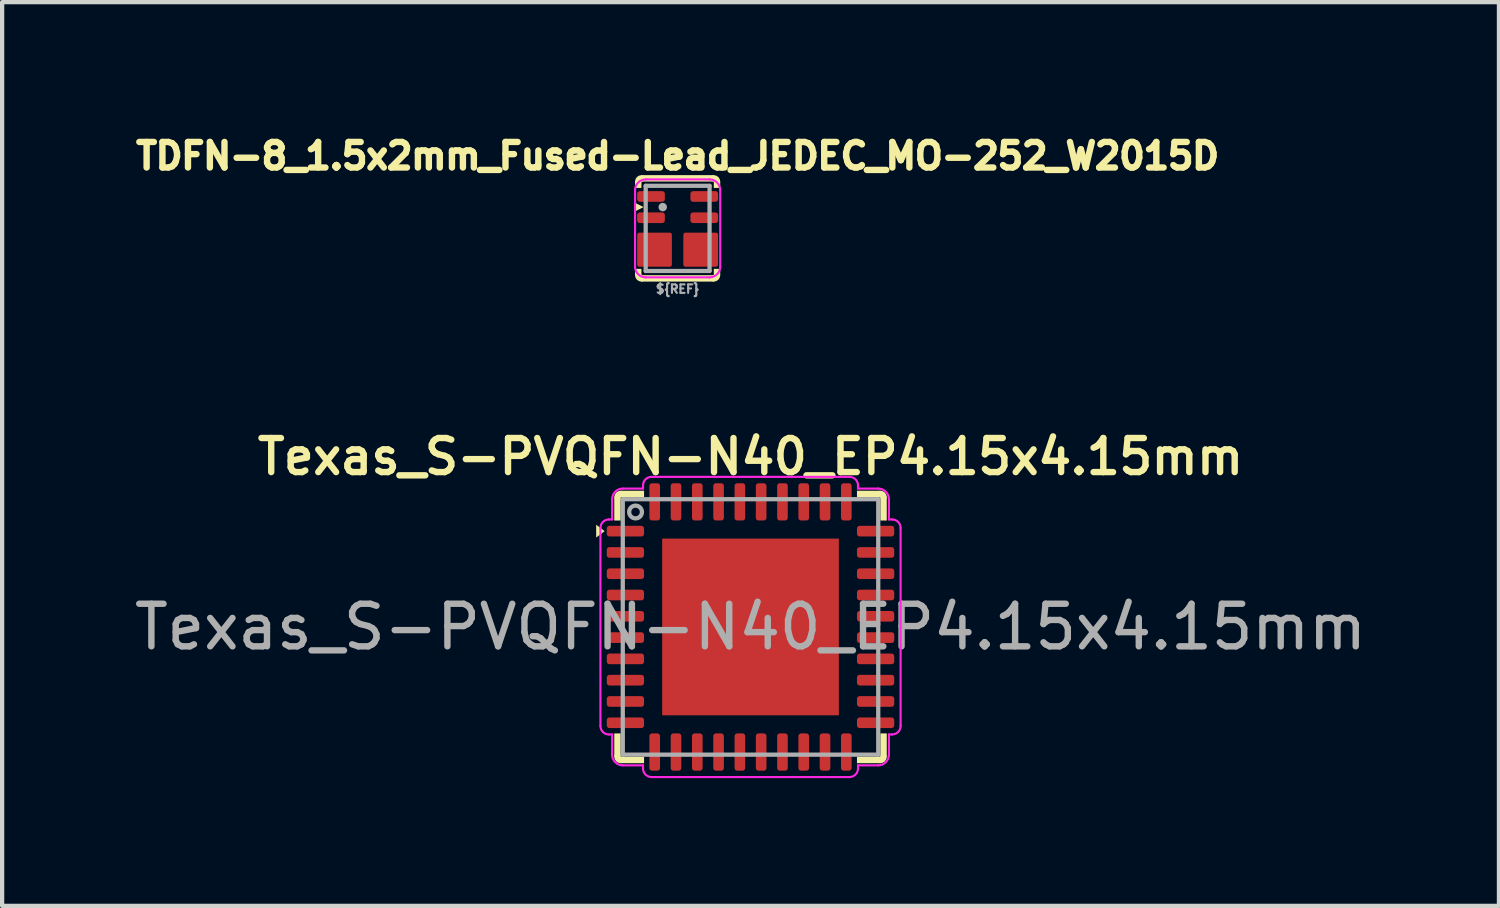
<source format=kicad_pcb>
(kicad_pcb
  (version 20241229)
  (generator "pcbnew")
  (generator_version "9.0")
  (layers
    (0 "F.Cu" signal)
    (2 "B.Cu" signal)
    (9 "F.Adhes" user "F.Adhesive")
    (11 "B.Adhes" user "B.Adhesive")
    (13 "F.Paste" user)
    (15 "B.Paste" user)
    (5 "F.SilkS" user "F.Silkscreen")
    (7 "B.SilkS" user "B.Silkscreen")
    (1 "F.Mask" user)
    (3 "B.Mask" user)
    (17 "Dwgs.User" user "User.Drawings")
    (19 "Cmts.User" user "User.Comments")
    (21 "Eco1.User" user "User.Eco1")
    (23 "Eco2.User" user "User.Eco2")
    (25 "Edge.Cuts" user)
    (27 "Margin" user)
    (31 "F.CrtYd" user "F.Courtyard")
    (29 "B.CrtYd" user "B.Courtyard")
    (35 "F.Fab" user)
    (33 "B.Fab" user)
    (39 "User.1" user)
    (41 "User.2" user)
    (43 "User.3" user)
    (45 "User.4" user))
  (footprint "Texas_S-PVQFN-N40_EP4.15x4.15mm"
    (layer "F.Cu")
    (at 14.577 11.675)
    (property "Reference" "Texas_S-PVQFN-N40_EP4.15x4.15mm" (at 0 -4 180) (layer "F.SilkS") (effects (font (size 0.8 0.8) (thickness 0.15))))
    (attr smd)
    (fp_arc (start -3.125001 -3.050001) (mid -3.103033 -3.103034) (end -3.05 -3.125) (stroke (width 0.15) (type solid)) (layer "F.SilkS"))
    (fp_arc (start -3.050001 3.125001) (mid -3.103034 3.103033) (end -3.125 3.05) (stroke (width 0.15) (type solid)) (layer "F.SilkS"))
    (fp_arc (start 3.050001 -3.125001) (mid 3.103034 -3.103033) (end 3.125 -3.05) (stroke (width 0.15) (type solid)) (layer "F.SilkS"))
    (fp_arc (start 3.125001 3.050001) (mid 3.103033 3.103034) (end 3.05 3.125) (stroke (width 0.15) (type solid)) (layer "F.SilkS"))
    (fp_poly (pts (xy -3.425 -2.25) (xy -3.625 -2.1) (xy -3.625 -2.4)) (stroke (width 0) (type solid)) (fill yes) (layer "F.SilkS"))
    (fp_poly (pts (xy -3.2 3.05) (xy -3.2 2.5) (xy -3.05 2.5) (xy -3.05 3.05) (xy -2.5 3.05) (xy -2.5 3.2) (xy -3.05 3.2)) (stroke (width 0) (type solid)) (fill yes) (layer "F.SilkS"))
    (fp_poly (pts (xy -3.05 -3.2) (xy -2.5 -3.2) (xy -2.5 -3.05) (xy -3.05 -3.05) (xy -3.05 -2.5) (xy -3.2 -2.5) (xy -3.2 -3.05)) (stroke (width 0) (type solid)) (fill yes) (layer "F.SilkS"))
    (fp_poly (pts (xy 3.05 3.2) (xy 2.5 3.2) (xy 2.5 3.05) (xy 3.05 3.05) (xy 3.05 2.5) (xy 3.2 2.5) (xy 3.2 3.05)) (stroke (width 0) (type solid)) (fill yes) (layer "F.SilkS"))
    (fp_poly (pts (xy 3.2 -3.05) (xy 3.2 -2.5) (xy 3.05 -2.5) (xy 3.05 -3.05) (xy 2.5 -3.05) (xy 2.5 -3.2) (xy 3.05 -3.2)) (stroke (width 0) (type solid)) (fill yes) (layer "F.SilkS"))
    (fp_line (start -3.525 -2.325) (end -3.525 2.325) (stroke (width 0.05) (type solid)) (layer "F.CrtYd"))
    (fp_line (start -3.325 -2.525) (end -3.25 -2.525) (stroke (width 0.05) (type solid)) (layer "F.CrtYd"))
    (fp_line (start -3.325 2.525) (end -3.25 2.525) (stroke (width 0.05) (type solid)) (layer "F.CrtYd"))
    (fp_line (start -3.25 -2.525) (end -3.25 -3) (stroke (width 0.05) (type solid)) (layer "F.CrtYd"))
    (fp_line (start -3.25 2.525) (end -3.25 3) (stroke (width 0.05) (type solid)) (layer "F.CrtYd"))
    (fp_line (start -2.525 -3.325) (end -2.525 -3.25) (stroke (width 0.05) (type solid)) (layer "F.CrtYd"))
    (fp_line (start -2.525 -3.25) (end -3 -3.25) (stroke (width 0.05) (type solid)) (layer "F.CrtYd"))
    (fp_line (start -2.525 3.25) (end -3 3.25) (stroke (width 0.05) (type solid)) (layer "F.CrtYd"))
    (fp_line (start -2.525 3.325) (end -2.525 3.25) (stroke (width 0.05) (type solid)) (layer "F.CrtYd"))
    (fp_line (start -2.325 3.525) (end 2.325 3.525) (stroke (width 0.05) (type solid)) (layer "F.CrtYd"))
    (fp_line (start 2.325 -3.525) (end -2.325 -3.525) (stroke (width 0.05) (type solid)) (layer "F.CrtYd"))
    (fp_line (start 2.525 -3.325) (end 2.525 -3.25) (stroke (width 0.05) (type solid)) (layer "F.CrtYd"))
    (fp_line (start 2.525 -3.25) (end 3 -3.25) (stroke (width 0.05) (type solid)) (layer "F.CrtYd"))
    (fp_line (start 2.525 3.25) (end 3 3.25) (stroke (width 0.05) (type solid)) (layer "F.CrtYd"))
    (fp_line (start 2.525 3.325) (end 2.525 3.25) (stroke (width 0.05) (type solid)) (layer "F.CrtYd"))
    (fp_line (start 3.25 -2.525) (end 3.25 -3) (stroke (width 0.05) (type solid)) (layer "F.CrtYd"))
    (fp_line (start 3.25 2.525) (end 3.25 3) (stroke (width 0.05) (type solid)) (layer "F.CrtYd"))
    (fp_line (start 3.325 -2.525) (end 3.25 -2.525) (stroke (width 0.05) (type solid)) (layer "F.CrtYd"))
    (fp_line (start 3.325 2.525) (end 3.25 2.525) (stroke (width 0.05) (type solid)) (layer "F.CrtYd"))
    (fp_line (start 3.525 2.325) (end 3.525 -2.325) (stroke (width 0.05) (type solid)) (layer "F.CrtYd"))
    (fp_arc (start -3.525 -2.325) (mid -3.466421 -2.466421) (end -3.325 -2.525) (stroke (width 0.05) (type solid)) (layer "F.CrtYd"))
    (fp_arc (start -3.325 2.525) (mid -3.466421 2.466421) (end -3.525 2.325) (stroke (width 0.05) (type solid)) (layer "F.CrtYd"))
    (fp_arc (start -3.25 -3) (mid -3.176777 -3.176777) (end -3 -3.25) (stroke (width 0.05) (type solid)) (layer "F.CrtYd"))
    (fp_arc (start -3 3.25) (mid -3.176777 3.176777) (end -3.25 3) (stroke (width 0.05) (type solid)) (layer "F.CrtYd"))
    (fp_arc (start -2.525 -3.325) (mid -2.466421 -3.466421) (end -2.325 -3.525) (stroke (width 0.05) (type solid)) (layer "F.CrtYd"))
    (fp_arc (start -2.325 3.525) (mid -2.466421 3.466421) (end -2.525 3.325) (stroke (width 0.05) (type solid)) (layer "F.CrtYd"))
    (fp_arc (start 2.325 -3.525) (mid 2.466421 -3.466421) (end 2.525 -3.325) (stroke (width 0.05) (type solid)) (layer "F.CrtYd"))
    (fp_arc (start 2.525 3.325) (mid 2.466421 3.466421) (end 2.325 3.525) (stroke (width 0.05) (type solid)) (layer "F.CrtYd"))
    (fp_arc (start 3 -3.25) (mid 3.176777 -3.176777) (end 3.25 -3) (stroke (width 0.05) (type solid)) (layer "F.CrtYd"))
    (fp_arc (start 3.25 3) (mid 3.176777 3.176777) (end 3 3.25) (stroke (width 0.05) (type solid)) (layer "F.CrtYd"))
    (fp_arc (start 3.325 -2.525) (mid 3.466421 -2.466421) (end 3.525 -2.325) (stroke (width 0.05) (type solid)) (layer "F.CrtYd"))
    (fp_arc (start 3.525 2.325) (mid 3.466421 2.466421) (end 3.325 2.525) (stroke (width 0.05) (type solid)) (layer "F.CrtYd"))
    (fp_line (start -3 -3) (end 3 -3) (stroke (width 0.1) (type solid)) (layer "F.Fab"))
    (fp_line (start -3 3) (end -3 -3) (stroke (width 0.1) (type solid)) (layer "F.Fab"))
    (fp_line (start 3 -3) (end 3 3) (stroke (width 0.1) (type solid)) (layer "F.Fab"))
    (fp_line (start 3 3) (end -3 3) (stroke (width 0.1) (type solid)) (layer "F.Fab"))
    (fp_circle (center -2.7 -2.7) (end -2.55 -2.7) (stroke (width 0.1) (type solid)) (fill no) (layer "F.Fab"))
    (fp_text user "${REFERENCE}" (at 0 0 180) (layer "F.Fab") (effects (font (size 1 1) (thickness 0.15))))
    (pad "" smd roundrect (at -1.38 -1.38) (size 1.12 1.12) (layers "F.Paste") (roundrect_rratio 0.223))
    (pad "" smd roundrect (at -1.38 0) (size 1.12 1.12) (layers "F.Paste") (roundrect_rratio 0.223))
    (pad "" smd roundrect (at -1.38 1.38) (size 1.12 1.12) (layers "F.Paste") (roundrect_rratio 0.223))
    (pad "" smd roundrect (at 0 -1.38) (size 1.12 1.12) (layers "F.Paste") (roundrect_rratio 0.223))
    (pad "" smd roundrect (at 0 0) (size 1.12 1.12) (layers "F.Paste") (roundrect_rratio 0.223))
    (pad "" smd roundrect (at 0 1.38) (size 1.12 1.12) (layers "F.Paste") (roundrect_rratio 0.223))
    (pad "" smd roundrect (at 1.38 -1.38) (size 1.12 1.12) (layers "F.Paste") (roundrect_rratio 0.223))
    (pad "" smd roundrect (at 1.38 0) (size 1.12 1.12) (layers "F.Paste") (roundrect_rratio 0.223))
    (pad "" smd roundrect (at 1.38 1.38) (size 1.12 1.12) (layers "F.Paste") (roundrect_rratio 0.223))
    (pad "1" smd roundrect (at -2.938 -2.25) (size 0.875 0.25) (layers "F.Cu" "F.Mask" "F.Paste") (roundrect_rratio 0.25))
    (pad "2" smd roundrect (at -2.938 -1.75) (size 0.875 0.25) (layers "F.Cu" "F.Mask" "F.Paste") (roundrect_rratio 0.25))
    (pad "3" smd roundrect (at -2.938 -1.25) (size 0.875 0.25) (layers "F.Cu" "F.Mask" "F.Paste") (roundrect_rratio 0.25))
    (pad "4" smd roundrect (at -2.938 -0.75) (size 0.875 0.25) (layers "F.Cu" "F.Mask" "F.Paste") (roundrect_rratio 0.25))
    (pad "5" smd roundrect (at -2.938 -0.25) (size 0.875 0.25) (layers "F.Cu" "F.Mask" "F.Paste") (roundrect_rratio 0.25))
    (pad "6" smd roundrect (at -2.938 0.25) (size 0.875 0.25) (layers "F.Cu" "F.Mask" "F.Paste") (roundrect_rratio 0.25))
    (pad "7" smd roundrect (at -2.938 0.75) (size 0.875 0.25) (layers "F.Cu" "F.Mask" "F.Paste") (roundrect_rratio 0.25))
    (pad "8" smd roundrect (at -2.938 1.25) (size 0.875 0.25) (layers "F.Cu" "F.Mask" "F.Paste") (roundrect_rratio 0.25))
    (pad "9" smd roundrect (at -2.938 1.75) (size 0.875 0.25) (layers "F.Cu" "F.Mask" "F.Paste") (roundrect_rratio 0.25))
    (pad "10" smd roundrect (at -2.938 2.25) (size 0.875 0.25) (layers "F.Cu" "F.Mask" "F.Paste") (roundrect_rratio 0.25))
    (pad "11" smd roundrect (at -2.25 2.938) (size 0.25 0.875) (layers "F.Cu" "F.Mask" "F.Paste") (roundrect_rratio 0.25))
    (pad "12" smd roundrect (at -1.75 2.938) (size 0.25 0.875) (layers "F.Cu" "F.Mask" "F.Paste") (roundrect_rratio 0.25))
    (pad "13" smd roundrect (at -1.25 2.938) (size 0.25 0.875) (layers "F.Cu" "F.Mask" "F.Paste") (roundrect_rratio 0.25))
    (pad "14" smd roundrect (at -0.75 2.938) (size 0.25 0.875) (layers "F.Cu" "F.Mask" "F.Paste") (roundrect_rratio 0.25))
    (pad "15" smd roundrect (at -0.25 2.938) (size 0.25 0.875) (layers "F.Cu" "F.Mask" "F.Paste") (roundrect_rratio 0.25))
    (pad "16" smd roundrect (at 0.25 2.938) (size 0.25 0.875) (layers "F.Cu" "F.Mask" "F.Paste") (roundrect_rratio 0.25))
    (pad "17" smd roundrect (at 0.75 2.938) (size 0.25 0.875) (layers "F.Cu" "F.Mask" "F.Paste") (roundrect_rratio 0.25))
    (pad "18" smd roundrect (at 1.25 2.938) (size 0.25 0.875) (layers "F.Cu" "F.Mask" "F.Paste") (roundrect_rratio 0.25))
    (pad "19" smd roundrect (at 1.75 2.938) (size 0.25 0.875) (layers "F.Cu" "F.Mask" "F.Paste") (roundrect_rratio 0.25))
    (pad "20" smd roundrect (at 2.25 2.938) (size 0.25 0.875) (layers "F.Cu" "F.Mask" "F.Paste") (roundrect_rratio 0.25))
    (pad "21" smd roundrect (at 2.938 2.25) (size 0.875 0.25) (layers "F.Cu" "F.Mask" "F.Paste") (roundrect_rratio 0.25))
    (pad "22" smd roundrect (at 2.938 1.75) (size 0.875 0.25) (layers "F.Cu" "F.Mask" "F.Paste") (roundrect_rratio 0.25))
    (pad "23" smd roundrect (at 2.938 1.25) (size 0.875 0.25) (layers "F.Cu" "F.Mask" "F.Paste") (roundrect_rratio 0.25))
    (pad "24" smd roundrect (at 2.938 0.75) (size 0.875 0.25) (layers "F.Cu" "F.Mask" "F.Paste") (roundrect_rratio 0.25))
    (pad "25" smd roundrect (at 2.938 0.25) (size 0.875 0.25) (layers "F.Cu" "F.Mask" "F.Paste") (roundrect_rratio 0.25))
    (pad "26" smd roundrect (at 2.938 -0.25) (size 0.875 0.25) (layers "F.Cu" "F.Mask" "F.Paste") (roundrect_rratio 0.25))
    (pad "27" smd roundrect (at 2.938 -0.75) (size 0.875 0.25) (layers "F.Cu" "F.Mask" "F.Paste") (roundrect_rratio 0.25))
    (pad "28" smd roundrect (at 2.938 -1.25) (size 0.875 0.25) (layers "F.Cu" "F.Mask" "F.Paste") (roundrect_rratio 0.25))
    (pad "29" smd roundrect (at 2.938 -1.75) (size 0.875 0.25) (layers "F.Cu" "F.Mask" "F.Paste") (roundrect_rratio 0.25))
    (pad "30" smd roundrect (at 2.938 -2.25) (size 0.875 0.25) (layers "F.Cu" "F.Mask" "F.Paste") (roundrect_rratio 0.25))
    (pad "31" smd roundrect (at 2.25 -2.938) (size 0.25 0.875) (layers "F.Cu" "F.Mask" "F.Paste") (roundrect_rratio 0.25))
    (pad "32" smd roundrect (at 1.75 -2.938) (size 0.25 0.875) (layers "F.Cu" "F.Mask" "F.Paste") (roundrect_rratio 0.25))
    (pad "33" smd roundrect (at 1.25 -2.938) (size 0.25 0.875) (layers "F.Cu" "F.Mask" "F.Paste") (roundrect_rratio 0.25))
    (pad "34" smd roundrect (at 0.75 -2.938) (size 0.25 0.875) (layers "F.Cu" "F.Mask" "F.Paste") (roundrect_rratio 0.25))
    (pad "35" smd roundrect (at 0.25 -2.938) (size 0.25 0.875) (layers "F.Cu" "F.Mask" "F.Paste") (roundrect_rratio 0.25))
    (pad "36" smd roundrect (at -0.25 -2.938) (size 0.25 0.875) (layers "F.Cu" "F.Mask" "F.Paste") (roundrect_rratio 0.25))
    (pad "37" smd roundrect (at -0.75 -2.938) (size 0.25 0.875) (layers "F.Cu" "F.Mask" "F.Paste") (roundrect_rratio 0.25))
    (pad "38" smd roundrect (at -1.25 -2.938) (size 0.25 0.875) (layers "F.Cu" "F.Mask" "F.Paste") (roundrect_rratio 0.25))
    (pad "39" smd roundrect (at -1.75 -2.938) (size 0.25 0.875) (layers "F.Cu" "F.Mask" "F.Paste") (roundrect_rratio 0.25))
    (pad "40" smd roundrect (at -2.25 -2.938) (size 0.25 0.875) (layers "F.Cu" "F.Mask" "F.Paste") (roundrect_rratio 0.25))
    (pad "41" smd rect (at 0 0) (size 4.15 4.15) (layers "F.Cu" "F.Mask")))
  (footprint "TDFN-8_1.5x2mm_Fused-Lead_JEDEC_MO-252_W2015D"
    (layer "F.Cu")
    (at 12.865 2.314)
    (property "Reference" "TDFN-8_1.5x2mm_Fused-Lead_JEDEC_MO-252_W2015D" (at 0 -1.7 0) (unlocked yes) (layer "F.SilkS") (effects (font (size 0.6 0.6) (thickness 0.15))))
    (attr through_hole)
    (fp_arc (start -0.925 -1.1) (mid -0.903033 -1.153033) (end -0.85 -1.175) (stroke (width 0.15) (type solid)) (layer "F.SilkS"))
    (fp_arc (start -0.85 1.175) (mid -0.903033 1.153033) (end -0.925 1.1) (stroke (width 0.15) (type solid)) (layer "F.SilkS"))
    (fp_arc (start 0.85 -1.175) (mid 0.903033 -1.153033) (end 0.925 -1.1) (stroke (width 0.15) (type solid)) (layer "F.SilkS"))
    (fp_arc (start 0.925 1.1) (mid 0.903033 1.153033) (end 0.85 1.175) (stroke (width 0.15) (type solid)) (layer "F.SilkS"))
    (fp_poly (pts (xy -0.8 -0.5) (xy -1 -0.4) (xy -1 -0.6)) (stroke (width 0) (type solid)) (fill yes) (layer "F.SilkS"))
    (fp_poly (pts (xy -1 0.95) (xy -0.85 0.95) (xy -0.85 1.1) (xy 0.85 1.1) (xy 0.85 0.95) (xy 1 0.95) (xy 1 1.1) (xy 0.85 1.25) (xy -0.85 1.25) (xy -1 1.1)) (stroke (width 0) (type solid)) (fill yes) (layer "F.SilkS"))
    (fp_poly (pts (xy 1 -0.95) (xy 0.85 -0.95) (xy 0.85 -1.1) (xy -0.85 -1.1) (xy -0.85 -0.95) (xy -1 -0.95) (xy -1 -1.1) (xy -0.85 -1.25) (xy 0.85 -1.25) (xy 1 -1.1)) (stroke (width 0) (type solid)) (fill yes) (layer "F.SilkS"))
    (fp_line (start -1 -0.9) (end -1 0.9) (stroke (width 0.05) (type solid)) (layer "F.CrtYd"))
    (fp_line (start -0.75 1.15) (end 0.75 1.15) (stroke (width 0.05) (type solid)) (layer "F.CrtYd"))
    (fp_line (start 0.75 -1.15) (end -0.75 -1.15) (stroke (width 0.05) (type solid)) (layer "F.CrtYd"))
    (fp_line (start 1 -0.9) (end 1 0.9) (stroke (width 0.05) (type solid)) (layer "F.CrtYd"))
    (fp_arc (start -1 -0.9) (mid -0.926777 -1.076777) (end -0.75 -1.15) (stroke (width 0.05) (type solid)) (layer "F.CrtYd"))
    (fp_arc (start -0.75 1.15) (mid -0.926777 1.076777) (end -1 0.9) (stroke (width 0.05) (type solid)) (layer "F.CrtYd"))
    (fp_arc (start 0.75 -1.15) (mid 0.926777 -1.076777) (end 1 -0.9) (stroke (width 0.05) (type solid)) (layer "F.CrtYd"))
    (fp_arc (start 1 0.9) (mid 0.926777 1.076777) (end 0.75 1.15) (stroke (width 0.05) (type solid)) (layer "F.CrtYd"))
    (fp_line (start -0.75 -1) (end 0.75 -1) (stroke (width 0.1) (type solid)) (layer "F.Fab"))
    (fp_line (start -0.75 1) (end -0.75 -1) (stroke (width 0.1) (type solid)) (layer "F.Fab"))
    (fp_line (start 0.75 -1) (end 0.75 1) (stroke (width 0.1) (type solid)) (layer "F.Fab"))
    (fp_line (start 0.75 1) (end -0.75 1) (stroke (width 0.1) (type solid)) (layer "F.Fab"))
    (fp_circle (center -0.35 -0.5) (end -0.3 -0.5) (stroke (width 0.1) (type solid)) (fill no) (layer "F.Fab"))
    (fp_text user "${REF}" (at 0 1.425 0) (unlocked yes) (layer "F.Fab") (effects (font (size 0.2 0.2) (thickness 0.05))))
    (pad "1" smd roundrect (at -0.625 -0.75) (size 0.65 0.25) (layers "F.Cu" "F.Mask" "F.Paste") (roundrect_rratio 0.25))
    (pad "2" smd roundrect (at -0.625 -0.25) (size 0.65 0.25) (layers "F.Cu" "F.Mask" "F.Paste") (roundrect_rratio 0.25))
    (pad "3" smd roundrect (at -0.542 0.5) (size 0.815 0.8) (layers "F.Cu" "F.Mask" "F.Paste") (roundrect_rratio 0.062))
    (pad "5" smd roundrect (at 0.542 0.5) (size 0.815 0.8) (layers "F.Cu" "F.Mask" "F.Paste") (roundrect_rratio 0.062))
    (pad "7" smd roundrect (at 0.625 -0.25) (size 0.65 0.25) (layers "F.Cu" "F.Mask" "F.Paste") (roundrect_rratio 0.25))
    (pad "8" smd roundrect (at 0.625 -0.75) (size 0.65 0.25) (layers "F.Cu" "F.Mask" "F.Paste") (roundrect_rratio 0.25)))
  (gr_rect
    (start -3 -3)
    (end 32.155 18.225)
    (stroke (width 0.1) (type default))
    (fill no)
    (layer "Edge.Cuts")))
</source>
